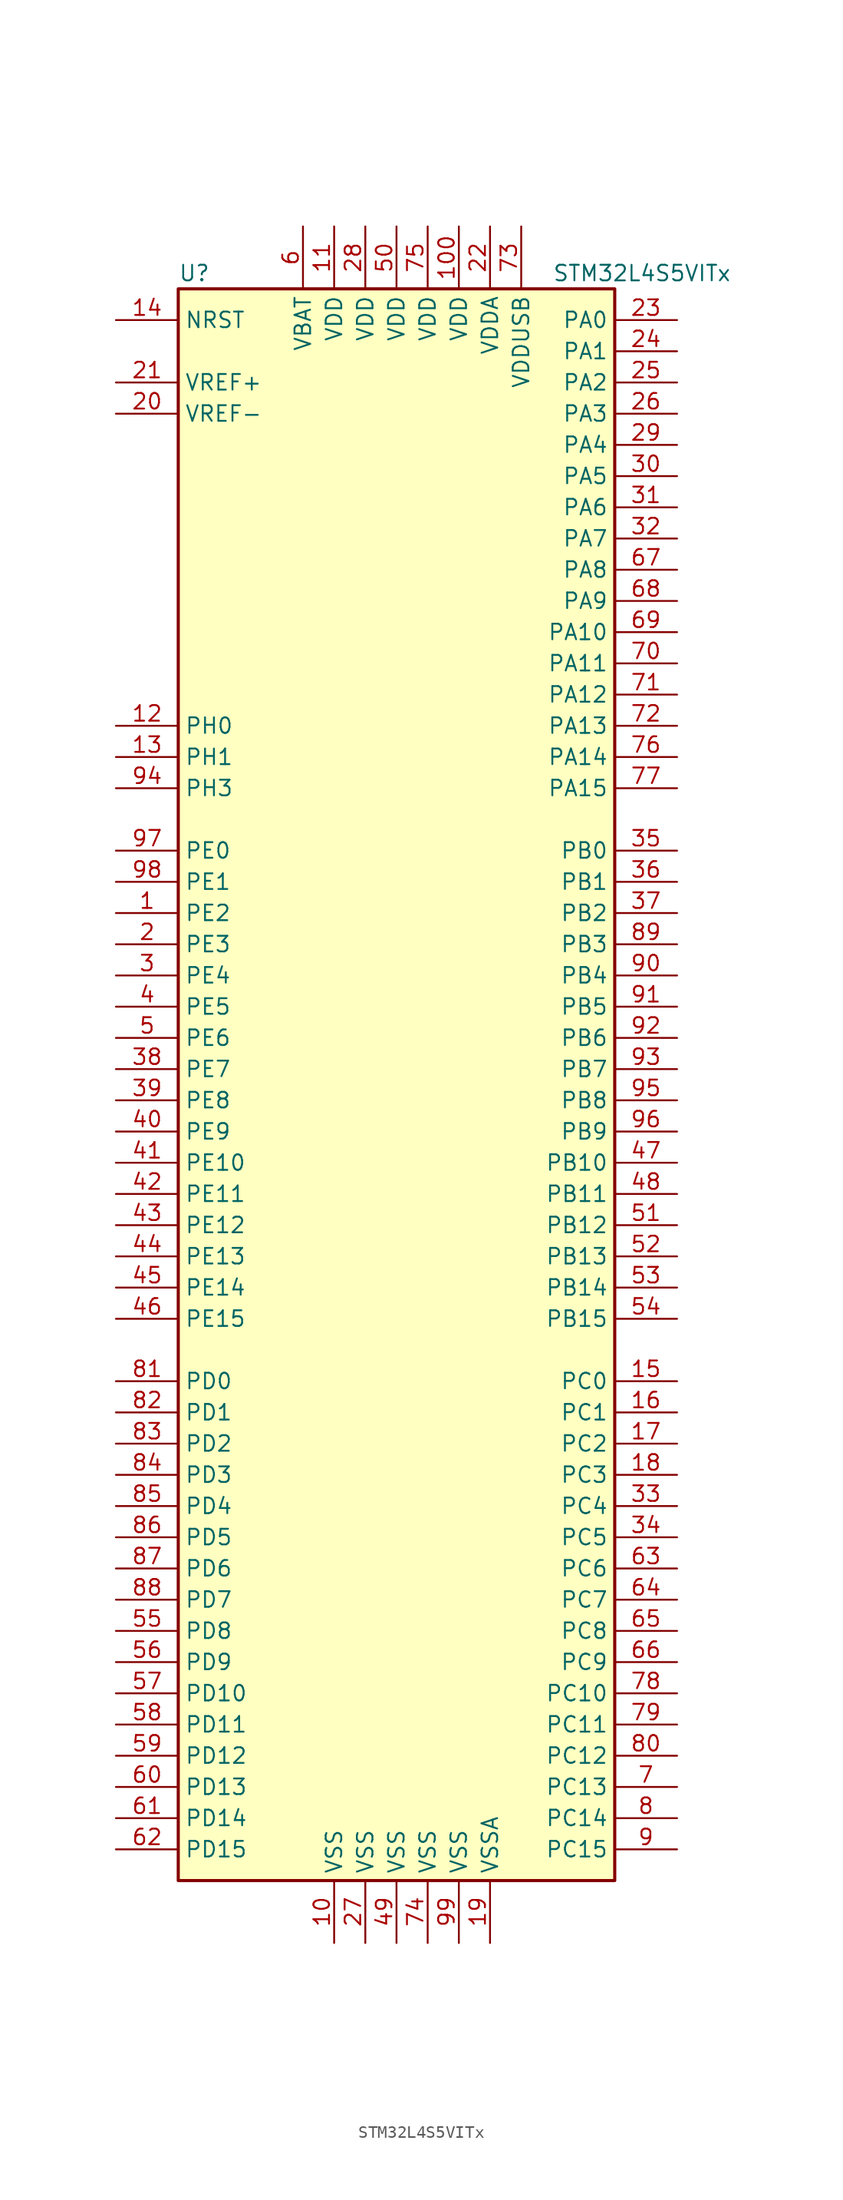
<source format=kicad_sym>
(kicad_symbol_lib
  (version 20201005)
  (generator kicad_symbol_editor)
  (symbol "STM32L4S5VITx"
    (property "Reference" "U"
      (at -17.78 64.77 0)
      (effects (font (size 1.27 1.27)) (justify left)))
    (property "Value" "STM32L4S5VITx"
      (at 12.7 64.77 0)
      (effects (font (size 1.27 1.27)) (justify left)))
    (symbol "STM32L4S5VITx_0_1"
      (rectangle (start -17.78 -66.04) (end 17.78 63.5) (stroke (width 0.254)) (fill (type background))))
    (symbol "STM32L4S5VITx_1_1"
      (pin input line (at -22.86 60.96 0) (length 5.08) (name "NRST" (effects (font (size 1.27 1.27)))) (number "14" (effects (font (size 1.27 1.27)))))
      (pin bidirectional line (at 22.86 60.96 180) (length 5.08) (name "PA0" (effects (font (size 1.27 1.27)))) (number "23" (effects (font (size 1.27 1.27)))))
      (pin bidirectional line (at 22.86 58.42 180) (length 5.08) (name "PA1" (effects (font (size 1.27 1.27)))) (number "24" (effects (font (size 1.27 1.27)))))
      (pin bidirectional line (at 22.86 35.56 180) (length 5.08) (name "PA10" (effects (font (size 1.27 1.27)))) (number "69" (effects (font (size 1.27 1.27)))))
      (pin bidirectional line (at 22.86 33.02 180) (length 5.08) (name "PA11" (effects (font (size 1.27 1.27)))) (number "70" (effects (font (size 1.27 1.27)))))
      (pin bidirectional line (at 22.86 30.48 180) (length 5.08) (name "PA12" (effects (font (size 1.27 1.27)))) (number "71" (effects (font (size 1.27 1.27)))))
      (pin bidirectional line (at 22.86 27.94 180) (length 5.08) (name "PA13" (effects (font (size 1.27 1.27)))) (number "72" (effects (font (size 1.27 1.27)))))
      (pin bidirectional line (at 22.86 25.4 180) (length 5.08) (name "PA14" (effects (font (size 1.27 1.27)))) (number "76" (effects (font (size 1.27 1.27)))))
      (pin bidirectional line (at 22.86 22.86 180) (length 5.08) (name "PA15" (effects (font (size 1.27 1.27)))) (number "77" (effects (font (size 1.27 1.27)))))
      (pin bidirectional line (at 22.86 55.88 180) (length 5.08) (name "PA2" (effects (font (size 1.27 1.27)))) (number "25" (effects (font (size 1.27 1.27)))))
      (pin bidirectional line (at 22.86 53.34 180) (length 5.08) (name "PA3" (effects (font (size 1.27 1.27)))) (number "26" (effects (font (size 1.27 1.27)))))
      (pin bidirectional line (at 22.86 50.8 180) (length 5.08) (name "PA4" (effects (font (size 1.27 1.27)))) (number "29" (effects (font (size 1.27 1.27)))))
      (pin bidirectional line (at 22.86 48.26 180) (length 5.08) (name "PA5" (effects (font (size 1.27 1.27)))) (number "30" (effects (font (size 1.27 1.27)))))
      (pin bidirectional line (at 22.86 45.72 180) (length 5.08) (name "PA6" (effects (font (size 1.27 1.27)))) (number "31" (effects (font (size 1.27 1.27)))))
      (pin bidirectional line (at 22.86 43.18 180) (length 5.08) (name "PA7" (effects (font (size 1.27 1.27)))) (number "32" (effects (font (size 1.27 1.27)))))
      (pin bidirectional line (at 22.86 40.64 180) (length 5.08) (name "PA8" (effects (font (size 1.27 1.27)))) (number "67" (effects (font (size 1.27 1.27)))))
      (pin bidirectional line (at 22.86 38.1 180) (length 5.08) (name "PA9" (effects (font (size 1.27 1.27)))) (number "68" (effects (font (size 1.27 1.27)))))
      (pin bidirectional line (at 22.86 17.78 180) (length 5.08) (name "PB0" (effects (font (size 1.27 1.27)))) (number "35" (effects (font (size 1.27 1.27)))))
      (pin bidirectional line (at 22.86 15.24 180) (length 5.08) (name "PB1" (effects (font (size 1.27 1.27)))) (number "36" (effects (font (size 1.27 1.27)))))
      (pin bidirectional line (at 22.86 -7.62 180) (length 5.08) (name "PB10" (effects (font (size 1.27 1.27)))) (number "47" (effects (font (size 1.27 1.27)))))
      (pin bidirectional line (at 22.86 -10.16 180) (length 5.08) (name "PB11" (effects (font (size 1.27 1.27)))) (number "48" (effects (font (size 1.27 1.27)))))
      (pin bidirectional line (at 22.86 -12.7 180) (length 5.08) (name "PB12" (effects (font (size 1.27 1.27)))) (number "51" (effects (font (size 1.27 1.27)))))
      (pin bidirectional line (at 22.86 -15.24 180) (length 5.08) (name "PB13" (effects (font (size 1.27 1.27)))) (number "52" (effects (font (size 1.27 1.27)))))
      (pin bidirectional line (at 22.86 -17.78 180) (length 5.08) (name "PB14" (effects (font (size 1.27 1.27)))) (number "53" (effects (font (size 1.27 1.27)))))
      (pin bidirectional line (at 22.86 -20.32 180) (length 5.08) (name "PB15" (effects (font (size 1.27 1.27)))) (number "54" (effects (font (size 1.27 1.27)))))
      (pin bidirectional line (at 22.86 12.7 180) (length 5.08) (name "PB2" (effects (font (size 1.27 1.27)))) (number "37" (effects (font (size 1.27 1.27)))))
      (pin bidirectional line (at 22.86 10.16 180) (length 5.08) (name "PB3" (effects (font (size 1.27 1.27)))) (number "89" (effects (font (size 1.27 1.27)))))
      (pin bidirectional line (at 22.86 7.62 180) (length 5.08) (name "PB4" (effects (font (size 1.27 1.27)))) (number "90" (effects (font (size 1.27 1.27)))))
      (pin bidirectional line (at 22.86 5.08 180) (length 5.08) (name "PB5" (effects (font (size 1.27 1.27)))) (number "91" (effects (font (size 1.27 1.27)))))
      (pin bidirectional line (at 22.86 2.54 180) (length 5.08) (name "PB6" (effects (font (size 1.27 1.27)))) (number "92" (effects (font (size 1.27 1.27)))))
      (pin bidirectional line (at 22.86 0 180) (length 5.08) (name "PB7" (effects (font (size 1.27 1.27)))) (number "93" (effects (font (size 1.27 1.27)))))
      (pin bidirectional line (at 22.86 -2.54 180) (length 5.08) (name "PB8" (effects (font (size 1.27 1.27)))) (number "95" (effects (font (size 1.27 1.27)))))
      (pin bidirectional line (at 22.86 -5.08 180) (length 5.08) (name "PB9" (effects (font (size 1.27 1.27)))) (number "96" (effects (font (size 1.27 1.27)))))
      (pin bidirectional line (at 22.86 -25.4 180) (length 5.08) (name "PC0" (effects (font (size 1.27 1.27)))) (number "15" (effects (font (size 1.27 1.27)))))
      (pin bidirectional line (at 22.86 -27.94 180) (length 5.08) (name "PC1" (effects (font (size 1.27 1.27)))) (number "16" (effects (font (size 1.27 1.27)))))
      (pin bidirectional line (at 22.86 -50.8 180) (length 5.08) (name "PC10" (effects (font (size 1.27 1.27)))) (number "78" (effects (font (size 1.27 1.27)))))
      (pin bidirectional line (at 22.86 -53.34 180) (length 5.08) (name "PC11" (effects (font (size 1.27 1.27)))) (number "79" (effects (font (size 1.27 1.27)))))
      (pin bidirectional line (at 22.86 -55.88 180) (length 5.08) (name "PC12" (effects (font (size 1.27 1.27)))) (number "80" (effects (font (size 1.27 1.27)))))
      (pin bidirectional line (at 22.86 -58.42 180) (length 5.08) (name "PC13" (effects (font (size 1.27 1.27)))) (number "7" (effects (font (size 1.27 1.27)))))
      (pin bidirectional line (at 22.86 -60.96 180) (length 5.08) (name "PC14" (effects (font (size 1.27 1.27)))) (number "8" (effects (font (size 1.27 1.27)))))
      (pin bidirectional line (at 22.86 -63.5 180) (length 5.08) (name "PC15" (effects (font (size 1.27 1.27)))) (number "9" (effects (font (size 1.27 1.27)))))
      (pin bidirectional line (at 22.86 -30.48 180) (length 5.08) (name "PC2" (effects (font (size 1.27 1.27)))) (number "17" (effects (font (size 1.27 1.27)))))
      (pin bidirectional line (at 22.86 -33.02 180) (length 5.08) (name "PC3" (effects (font (size 1.27 1.27)))) (number "18" (effects (font (size 1.27 1.27)))))
      (pin bidirectional line (at 22.86 -35.56 180) (length 5.08) (name "PC4" (effects (font (size 1.27 1.27)))) (number "33" (effects (font (size 1.27 1.27)))))
      (pin bidirectional line (at 22.86 -38.1 180) (length 5.08) (name "PC5" (effects (font (size 1.27 1.27)))) (number "34" (effects (font (size 1.27 1.27)))))
      (pin bidirectional line (at 22.86 -40.64 180) (length 5.08) (name "PC6" (effects (font (size 1.27 1.27)))) (number "63" (effects (font (size 1.27 1.27)))))
      (pin bidirectional line (at 22.86 -43.18 180) (length 5.08) (name "PC7" (effects (font (size 1.27 1.27)))) (number "64" (effects (font (size 1.27 1.27)))))
      (pin bidirectional line (at 22.86 -45.72 180) (length 5.08) (name "PC8" (effects (font (size 1.27 1.27)))) (number "65" (effects (font (size 1.27 1.27)))))
      (pin bidirectional line (at 22.86 -48.26 180) (length 5.08) (name "PC9" (effects (font (size 1.27 1.27)))) (number "66" (effects (font (size 1.27 1.27)))))
      (pin bidirectional line (at -22.86 -25.4 0) (length 5.08) (name "PD0" (effects (font (size 1.27 1.27)))) (number "81" (effects (font (size 1.27 1.27)))))
      (pin bidirectional line (at -22.86 -27.94 0) (length 5.08) (name "PD1" (effects (font (size 1.27 1.27)))) (number "82" (effects (font (size 1.27 1.27)))))
      (pin bidirectional line (at -22.86 -50.8 0) (length 5.08) (name "PD10" (effects (font (size 1.27 1.27)))) (number "57" (effects (font (size 1.27 1.27)))))
      (pin bidirectional line (at -22.86 -53.34 0) (length 5.08) (name "PD11" (effects (font (size 1.27 1.27)))) (number "58" (effects (font (size 1.27 1.27)))))
      (pin bidirectional line (at -22.86 -55.88 0) (length 5.08) (name "PD12" (effects (font (size 1.27 1.27)))) (number "59" (effects (font (size 1.27 1.27)))))
      (pin bidirectional line (at -22.86 -58.42 0) (length 5.08) (name "PD13" (effects (font (size 1.27 1.27)))) (number "60" (effects (font (size 1.27 1.27)))))
      (pin bidirectional line (at -22.86 -60.96 0) (length 5.08) (name "PD14" (effects (font (size 1.27 1.27)))) (number "61" (effects (font (size 1.27 1.27)))))
      (pin bidirectional line (at -22.86 -63.5 0) (length 5.08) (name "PD15" (effects (font (size 1.27 1.27)))) (number "62" (effects (font (size 1.27 1.27)))))
      (pin bidirectional line (at -22.86 -30.48 0) (length 5.08) (name "PD2" (effects (font (size 1.27 1.27)))) (number "83" (effects (font (size 1.27 1.27)))))
      (pin bidirectional line (at -22.86 -33.02 0) (length 5.08) (name "PD3" (effects (font (size 1.27 1.27)))) (number "84" (effects (font (size 1.27 1.27)))))
      (pin bidirectional line (at -22.86 -35.56 0) (length 5.08) (name "PD4" (effects (font (size 1.27 1.27)))) (number "85" (effects (font (size 1.27 1.27)))))
      (pin bidirectional line (at -22.86 -38.1 0) (length 5.08) (name "PD5" (effects (font (size 1.27 1.27)))) (number "86" (effects (font (size 1.27 1.27)))))
      (pin bidirectional line (at -22.86 -40.64 0) (length 5.08) (name "PD6" (effects (font (size 1.27 1.27)))) (number "87" (effects (font (size 1.27 1.27)))))
      (pin bidirectional line (at -22.86 -43.18 0) (length 5.08) (name "PD7" (effects (font (size 1.27 1.27)))) (number "88" (effects (font (size 1.27 1.27)))))
      (pin bidirectional line (at -22.86 -45.72 0) (length 5.08) (name "PD8" (effects (font (size 1.27 1.27)))) (number "55" (effects (font (size 1.27 1.27)))))
      (pin bidirectional line (at -22.86 -48.26 0) (length 5.08) (name "PD9" (effects (font (size 1.27 1.27)))) (number "56" (effects (font (size 1.27 1.27)))))
      (pin bidirectional line (at -22.86 17.78 0) (length 5.08) (name "PE0" (effects (font (size 1.27 1.27)))) (number "97" (effects (font (size 1.27 1.27)))))
      (pin bidirectional line (at -22.86 15.24 0) (length 5.08) (name "PE1" (effects (font (size 1.27 1.27)))) (number "98" (effects (font (size 1.27 1.27)))))
      (pin bidirectional line (at -22.86 -7.62 0) (length 5.08) (name "PE10" (effects (font (size 1.27 1.27)))) (number "41" (effects (font (size 1.27 1.27)))))
      (pin bidirectional line (at -22.86 -10.16 0) (length 5.08) (name "PE11" (effects (font (size 1.27 1.27)))) (number "42" (effects (font (size 1.27 1.27)))))
      (pin bidirectional line (at -22.86 -12.7 0) (length 5.08) (name "PE12" (effects (font (size 1.27 1.27)))) (number "43" (effects (font (size 1.27 1.27)))))
      (pin bidirectional line (at -22.86 -15.24 0) (length 5.08) (name "PE13" (effects (font (size 1.27 1.27)))) (number "44" (effects (font (size 1.27 1.27)))))
      (pin bidirectional line (at -22.86 -17.78 0) (length 5.08) (name "PE14" (effects (font (size 1.27 1.27)))) (number "45" (effects (font (size 1.27 1.27)))))
      (pin bidirectional line (at -22.86 -20.32 0) (length 5.08) (name "PE15" (effects (font (size 1.27 1.27)))) (number "46" (effects (font (size 1.27 1.27)))))
      (pin bidirectional line (at -22.86 12.7 0) (length 5.08) (name "PE2" (effects (font (size 1.27 1.27)))) (number "1" (effects (font (size 1.27 1.27)))))
      (pin bidirectional line (at -22.86 10.16 0) (length 5.08) (name "PE3" (effects (font (size 1.27 1.27)))) (number "2" (effects (font (size 1.27 1.27)))))
      (pin bidirectional line (at -22.86 7.62 0) (length 5.08) (name "PE4" (effects (font (size 1.27 1.27)))) (number "3" (effects (font (size 1.27 1.27)))))
      (pin bidirectional line (at -22.86 5.08 0) (length 5.08) (name "PE5" (effects (font (size 1.27 1.27)))) (number "4" (effects (font (size 1.27 1.27)))))
      (pin bidirectional line (at -22.86 2.54 0) (length 5.08) (name "PE6" (effects (font (size 1.27 1.27)))) (number "5" (effects (font (size 1.27 1.27)))))
      (pin bidirectional line (at -22.86 0 0) (length 5.08) (name "PE7" (effects (font (size 1.27 1.27)))) (number "38" (effects (font (size 1.27 1.27)))))
      (pin bidirectional line (at -22.86 -2.54 0) (length 5.08) (name "PE8" (effects (font (size 1.27 1.27)))) (number "39" (effects (font (size 1.27 1.27)))))
      (pin bidirectional line (at -22.86 -5.08 0) (length 5.08) (name "PE9" (effects (font (size 1.27 1.27)))) (number "40" (effects (font (size 1.27 1.27)))))
      (pin input line (at -22.86 27.94 0) (length 5.08) (name "PH0" (effects (font (size 1.27 1.27)))) (number "12" (effects (font (size 1.27 1.27)))))
      (pin input line (at -22.86 25.4 0) (length 5.08) (name "PH1" (effects (font (size 1.27 1.27)))) (number "13" (effects (font (size 1.27 1.27)))))
      (pin bidirectional line (at -22.86 22.86 0) (length 5.08) (name "PH3" (effects (font (size 1.27 1.27)))) (number "94" (effects (font (size 1.27 1.27)))))
      (pin power_in line (at -7.62 68.58 270) (length 5.08) (name "VBAT" (effects (font (size 1.27 1.27)))) (number "6" (effects (font (size 1.27 1.27)))))
      (pin power_in line (at 5.08 68.58 270) (length 5.08) (name "VDD" (effects (font (size 1.27 1.27)))) (number "100" (effects (font (size 1.27 1.27)))))
      (pin power_in line (at -5.08 68.58 270) (length 5.08) (name "VDD" (effects (font (size 1.27 1.27)))) (number "11" (effects (font (size 1.27 1.27)))))
      (pin power_in line (at -2.54 68.58 270) (length 5.08) (name "VDD" (effects (font (size 1.27 1.27)))) (number "28" (effects (font (size 1.27 1.27)))))
      (pin power_in line (at 0 68.58 270) (length 5.08) (name "VDD" (effects (font (size 1.27 1.27)))) (number "50" (effects (font (size 1.27 1.27)))))
      (pin power_in line (at 2.54 68.58 270) (length 5.08) (name "VDD" (effects (font (size 1.27 1.27)))) (number "75" (effects (font (size 1.27 1.27)))))
      (pin power_in line (at 7.62 68.58 270) (length 5.08) (name "VDDA" (effects (font (size 1.27 1.27)))) (number "22" (effects (font (size 1.27 1.27)))))
      (pin power_in line (at 10.16 68.58 270) (length 5.08) (name "VDDUSB" (effects (font (size 1.27 1.27)))) (number "73" (effects (font (size 1.27 1.27)))))
      (pin bidirectional line (at -22.86 55.88 0) (length 5.08) (name "VREF+" (effects (font (size 1.27 1.27)))) (number "21" (effects (font (size 1.27 1.27)))))
      (pin power_in line (at -22.86 53.34 0) (length 5.08) (name "VREF-" (effects (font (size 1.27 1.27)))) (number "20" (effects (font (size 1.27 1.27)))))
      (pin power_in line (at -5.08 -71.12 90) (length 5.08) (name "VSS" (effects (font (size 1.27 1.27)))) (number "10" (effects (font (size 1.27 1.27)))))
      (pin power_in line (at -2.54 -71.12 90) (length 5.08) (name "VSS" (effects (font (size 1.27 1.27)))) (number "27" (effects (font (size 1.27 1.27)))))
      (pin power_in line (at 0 -71.12 90) (length 5.08) (name "VSS" (effects (font (size 1.27 1.27)))) (number "49" (effects (font (size 1.27 1.27)))))
      (pin power_in line (at 2.54 -71.12 90) (length 5.08) (name "VSS" (effects (font (size 1.27 1.27)))) (number "74" (effects (font (size 1.27 1.27)))))
      (pin power_in line (at 5.08 -71.12 90) (length 5.08) (name "VSS" (effects (font (size 1.27 1.27)))) (number "99" (effects (font (size 1.27 1.27)))))
      (pin power_in line (at 7.62 -71.12 90) (length 5.08) (name "VSSA" (effects (font (size 1.27 1.27)))) (number "19" (effects (font (size 1.27 1.27))))))))
</source>
